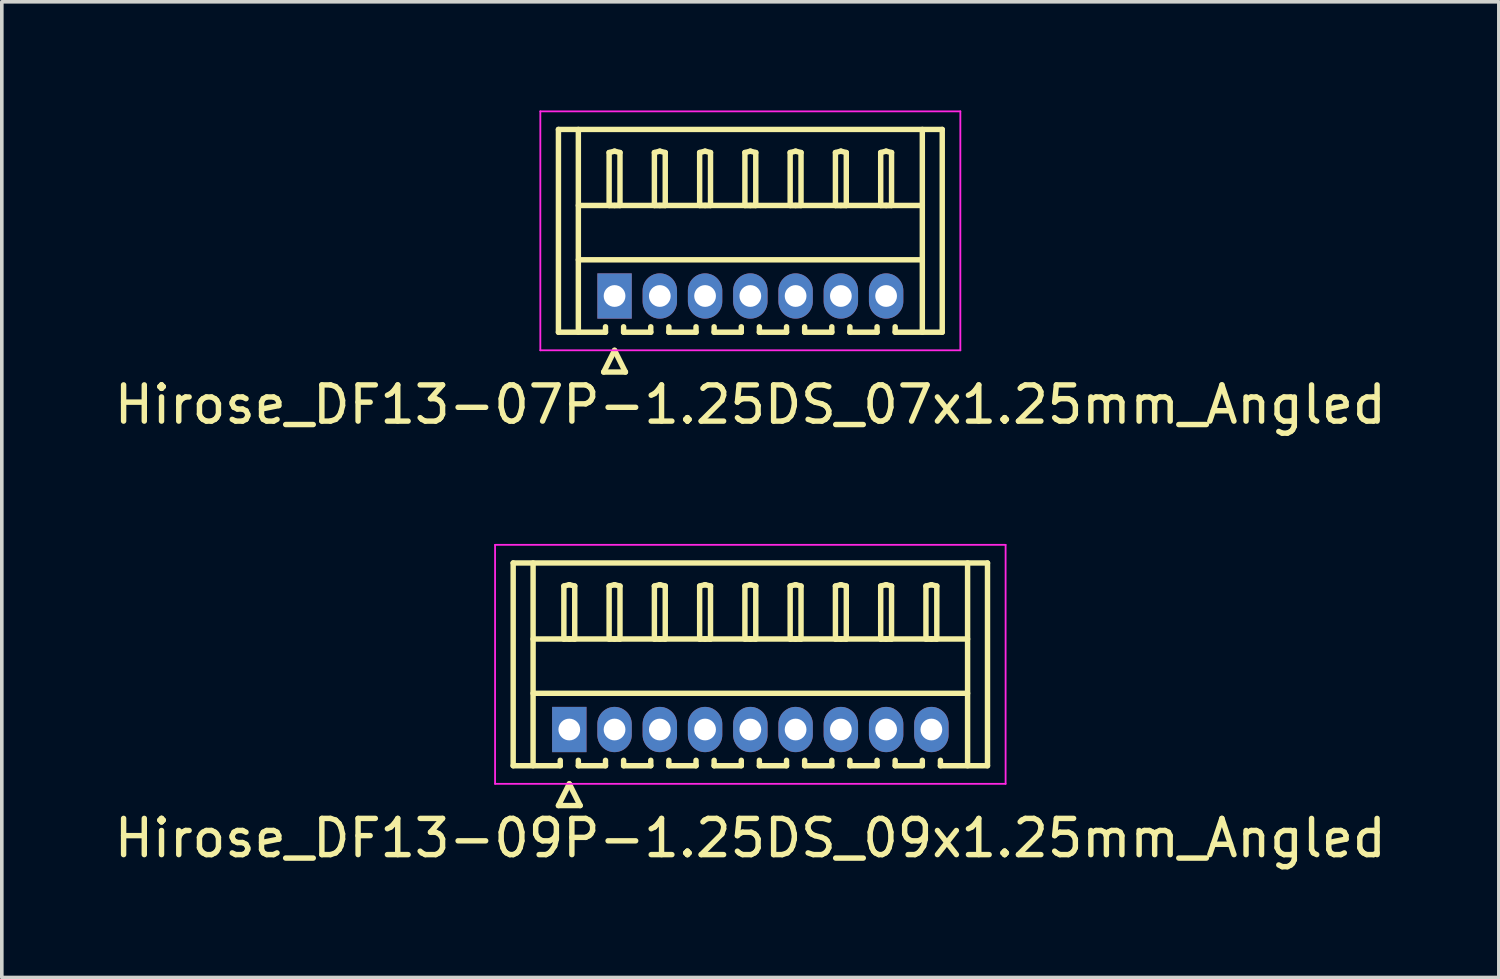
<source format=kicad_pcb>
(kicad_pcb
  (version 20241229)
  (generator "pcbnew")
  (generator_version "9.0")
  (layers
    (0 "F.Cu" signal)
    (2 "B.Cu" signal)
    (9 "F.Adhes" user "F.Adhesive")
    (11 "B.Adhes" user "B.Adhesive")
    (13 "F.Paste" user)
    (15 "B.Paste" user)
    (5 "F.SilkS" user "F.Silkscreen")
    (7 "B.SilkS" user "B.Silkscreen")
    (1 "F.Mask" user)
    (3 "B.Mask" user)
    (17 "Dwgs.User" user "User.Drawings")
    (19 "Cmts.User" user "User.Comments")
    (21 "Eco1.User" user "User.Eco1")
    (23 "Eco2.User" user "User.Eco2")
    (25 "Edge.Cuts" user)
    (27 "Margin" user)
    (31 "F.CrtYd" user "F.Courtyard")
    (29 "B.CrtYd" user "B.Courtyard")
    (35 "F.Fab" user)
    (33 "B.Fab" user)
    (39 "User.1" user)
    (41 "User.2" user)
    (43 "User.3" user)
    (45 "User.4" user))
  (footprint "Hirose_DF13-07P-1.25DS_07x1.25mm_Angled"
    (layer "F.Cu")
    (at 13.923 5.125)
    (property "Reference" "Hirose_DF13-07P-1.25DS_07x1.25mm_Angled" (at 3.75 3 0) (layer "F.SilkS") (effects (font (size 1 1) (thickness 0.15))))
    (attr through_hole)
    (fp_line (start -1.55 -4.6) (end 9.05 -4.6) (stroke (width 0.15) (type solid)) (layer "F.SilkS"))
    (fp_line (start -1.55 1) (end -1.55 -4.6) (stroke (width 0.15) (type solid)) (layer "F.SilkS"))
    (fp_line (start -1 -4.6) (end -1 1) (stroke (width 0.15) (type solid)) (layer "F.SilkS"))
    (fp_line (start -1 -2.5) (end 8.5 -2.5) (stroke (width 0.15) (type solid)) (layer "F.SilkS"))
    (fp_line (start -1 -1) (end 8.5 -1) (stroke (width 0.15) (type solid)) (layer "F.SilkS"))
    (fp_line (start -0.3 2.1) (end 0.3 2.1) (stroke (width 0.15) (type solid)) (layer "F.SilkS"))
    (fp_line (start -0.25 0.85) (end -0.25 1) (stroke (width 0.15) (type solid)) (layer "F.SilkS"))
    (fp_line (start -0.25 1) (end -1.55 1) (stroke (width 0.15) (type solid)) (layer "F.SilkS"))
    (fp_line (start -0.15 -3.962) (end 0 -4) (stroke (width 0.15) (type solid)) (layer "F.SilkS"))
    (fp_line (start -0.15 -2.5) (end -0.15 -3.962) (stroke (width 0.15) (type solid)) (layer "F.SilkS"))
    (fp_line (start 0 -4) (end 0.15 -3.962) (stroke (width 0.15) (type solid)) (layer "F.SilkS"))
    (fp_line (start 0 -2.5) (end -0.15 -2.5) (stroke (width 0.15) (type solid)) (layer "F.SilkS"))
    (fp_line (start 0 1.5) (end -0.3 2.1) (stroke (width 0.15) (type solid)) (layer "F.SilkS"))
    (fp_line (start 0.15 -3.962) (end 0.15 -2.5) (stroke (width 0.15) (type solid)) (layer "F.SilkS"))
    (fp_line (start 0.15 -2.5) (end 0 -2.5) (stroke (width 0.15) (type solid)) (layer "F.SilkS"))
    (fp_line (start 0.25 0.85) (end 0.25 1) (stroke (width 0.15) (type solid)) (layer "F.SilkS"))
    (fp_line (start 0.25 1) (end 1 1) (stroke (width 0.15) (type solid)) (layer "F.SilkS"))
    (fp_line (start 0.3 2.1) (end 0 1.5) (stroke (width 0.15) (type solid)) (layer "F.SilkS"))
    (fp_line (start 1 1) (end 1 0.85) (stroke (width 0.15) (type solid)) (layer "F.SilkS"))
    (fp_line (start 1.1 -3.962) (end 1.25 -4) (stroke (width 0.15) (type solid)) (layer "F.SilkS"))
    (fp_line (start 1.1 -2.5) (end 1.1 -3.962) (stroke (width 0.15) (type solid)) (layer "F.SilkS"))
    (fp_line (start 1.25 -4) (end 1.4 -3.962) (stroke (width 0.15) (type solid)) (layer "F.SilkS"))
    (fp_line (start 1.25 -2.5) (end 1.1 -2.5) (stroke (width 0.15) (type solid)) (layer "F.SilkS"))
    (fp_line (start 1.4 -3.962) (end 1.4 -2.5) (stroke (width 0.15) (type solid)) (layer "F.SilkS"))
    (fp_line (start 1.4 -2.5) (end 1.25 -2.5) (stroke (width 0.15) (type solid)) (layer "F.SilkS"))
    (fp_line (start 1.5 0.85) (end 1.5 1) (stroke (width 0.15) (type solid)) (layer "F.SilkS"))
    (fp_line (start 1.5 1) (end 2.25 1) (stroke (width 0.15) (type solid)) (layer "F.SilkS"))
    (fp_line (start 2.25 1) (end 2.25 0.85) (stroke (width 0.15) (type solid)) (layer "F.SilkS"))
    (fp_line (start 2.35 -3.962) (end 2.5 -4) (stroke (width 0.15) (type solid)) (layer "F.SilkS"))
    (fp_line (start 2.35 -2.5) (end 2.35 -3.962) (stroke (width 0.15) (type solid)) (layer "F.SilkS"))
    (fp_line (start 2.5 -4) (end 2.65 -3.962) (stroke (width 0.15) (type solid)) (layer "F.SilkS"))
    (fp_line (start 2.5 -2.5) (end 2.35 -2.5) (stroke (width 0.15) (type solid)) (layer "F.SilkS"))
    (fp_line (start 2.65 -3.962) (end 2.65 -2.5) (stroke (width 0.15) (type solid)) (layer "F.SilkS"))
    (fp_line (start 2.65 -2.5) (end 2.5 -2.5) (stroke (width 0.15) (type solid)) (layer "F.SilkS"))
    (fp_line (start 2.75 0.85) (end 2.75 1) (stroke (width 0.15) (type solid)) (layer "F.SilkS"))
    (fp_line (start 2.75 1) (end 3.5 1) (stroke (width 0.15) (type solid)) (layer "F.SilkS"))
    (fp_line (start 3.5 1) (end 3.5 0.85) (stroke (width 0.15) (type solid)) (layer "F.SilkS"))
    (fp_line (start 3.6 -3.962) (end 3.75 -4) (stroke (width 0.15) (type solid)) (layer "F.SilkS"))
    (fp_line (start 3.6 -2.5) (end 3.6 -3.962) (stroke (width 0.15) (type solid)) (layer "F.SilkS"))
    (fp_line (start 3.75 -4) (end 3.9 -3.962) (stroke (width 0.15) (type solid)) (layer "F.SilkS"))
    (fp_line (start 3.75 -2.5) (end 3.6 -2.5) (stroke (width 0.15) (type solid)) (layer "F.SilkS"))
    (fp_line (start 3.9 -3.962) (end 3.9 -2.5) (stroke (width 0.15) (type solid)) (layer "F.SilkS"))
    (fp_line (start 3.9 -2.5) (end 3.75 -2.5) (stroke (width 0.15) (type solid)) (layer "F.SilkS"))
    (fp_line (start 4 0.85) (end 4 1) (stroke (width 0.15) (type solid)) (layer "F.SilkS"))
    (fp_line (start 4 1) (end 4.75 1) (stroke (width 0.15) (type solid)) (layer "F.SilkS"))
    (fp_line (start 4.75 1) (end 4.75 0.85) (stroke (width 0.15) (type solid)) (layer "F.SilkS"))
    (fp_line (start 4.85 -3.962) (end 5 -4) (stroke (width 0.15) (type solid)) (layer "F.SilkS"))
    (fp_line (start 4.85 -2.5) (end 4.85 -3.962) (stroke (width 0.15) (type solid)) (layer "F.SilkS"))
    (fp_line (start 5 -4) (end 5.15 -3.962) (stroke (width 0.15) (type solid)) (layer "F.SilkS"))
    (fp_line (start 5 -2.5) (end 4.85 -2.5) (stroke (width 0.15) (type solid)) (layer "F.SilkS"))
    (fp_line (start 5.15 -3.962) (end 5.15 -2.5) (stroke (width 0.15) (type solid)) (layer "F.SilkS"))
    (fp_line (start 5.15 -2.5) (end 5 -2.5) (stroke (width 0.15) (type solid)) (layer "F.SilkS"))
    (fp_line (start 5.25 0.85) (end 5.25 1) (stroke (width 0.15) (type solid)) (layer "F.SilkS"))
    (fp_line (start 5.25 1) (end 6 1) (stroke (width 0.15) (type solid)) (layer "F.SilkS"))
    (fp_line (start 6 1) (end 6 0.85) (stroke (width 0.15) (type solid)) (layer "F.SilkS"))
    (fp_line (start 6.1 -3.962) (end 6.25 -4) (stroke (width 0.15) (type solid)) (layer "F.SilkS"))
    (fp_line (start 6.1 -2.5) (end 6.1 -3.962) (stroke (width 0.15) (type solid)) (layer "F.SilkS"))
    (fp_line (start 6.25 -4) (end 6.4 -3.962) (stroke (width 0.15) (type solid)) (layer "F.SilkS"))
    (fp_line (start 6.25 -2.5) (end 6.1 -2.5) (stroke (width 0.15) (type solid)) (layer "F.SilkS"))
    (fp_line (start 6.4 -3.962) (end 6.4 -2.5) (stroke (width 0.15) (type solid)) (layer "F.SilkS"))
    (fp_line (start 6.4 -2.5) (end 6.25 -2.5) (stroke (width 0.15) (type solid)) (layer "F.SilkS"))
    (fp_line (start 6.5 0.85) (end 6.5 1) (stroke (width 0.15) (type solid)) (layer "F.SilkS"))
    (fp_line (start 6.5 1) (end 7.25 1) (stroke (width 0.15) (type solid)) (layer "F.SilkS"))
    (fp_line (start 7.25 1) (end 7.25 0.85) (stroke (width 0.15) (type solid)) (layer "F.SilkS"))
    (fp_line (start 7.35 -3.962) (end 7.5 -4) (stroke (width 0.15) (type solid)) (layer "F.SilkS"))
    (fp_line (start 7.35 -2.5) (end 7.35 -3.962) (stroke (width 0.15) (type solid)) (layer "F.SilkS"))
    (fp_line (start 7.5 -4) (end 7.65 -3.962) (stroke (width 0.15) (type solid)) (layer "F.SilkS"))
    (fp_line (start 7.5 -2.5) (end 7.35 -2.5) (stroke (width 0.15) (type solid)) (layer "F.SilkS"))
    (fp_line (start 7.65 -3.962) (end 7.65 -2.5) (stroke (width 0.15) (type solid)) (layer "F.SilkS"))
    (fp_line (start 7.65 -2.5) (end 7.5 -2.5) (stroke (width 0.15) (type solid)) (layer "F.SilkS"))
    (fp_line (start 7.75 1) (end 7.75 0.85) (stroke (width 0.15) (type solid)) (layer "F.SilkS"))
    (fp_line (start 8.5 -4.6) (end 8.5 1) (stroke (width 0.15) (type solid)) (layer "F.SilkS"))
    (fp_line (start 9.05 -4.6) (end 9.05 1) (stroke (width 0.15) (type solid)) (layer "F.SilkS"))
    (fp_line (start 9.05 1) (end 7.75 1) (stroke (width 0.15) (type solid)) (layer "F.SilkS"))
    (fp_line (start -2.05 -5.1) (end -2.05 1.5) (stroke (width 0.05) (type solid)) (layer "F.CrtYd"))
    (fp_line (start -2.05 1.5) (end 9.55 1.5) (stroke (width 0.05) (type solid)) (layer "F.CrtYd"))
    (fp_line (start 9.55 -5.1) (end -2.05 -5.1) (stroke (width 0.05) (type solid)) (layer "F.CrtYd"))
    (fp_line (start 9.55 1.5) (end 9.55 -5.1) (stroke (width 0.05) (type solid)) (layer "F.CrtYd"))
    (pad "1" thru_hole rect (at 0 0) (size 0.95 1.25) (drill 0.6) (layers "*.Cu" "*.Mask"))
    (pad "2" thru_hole oval (at 1.25 0) (size 0.95 1.25) (drill 0.6) (layers "*.Cu" "*.Mask"))
    (pad "3" thru_hole oval (at 2.5 0) (size 0.95 1.25) (drill 0.6) (layers "*.Cu" "*.Mask"))
    (pad "4" thru_hole oval (at 3.75 0) (size 0.95 1.25) (drill 0.6) (layers "*.Cu" "*.Mask"))
    (pad "5" thru_hole oval (at 5 0) (size 0.95 1.25) (drill 0.6) (layers "*.Cu" "*.Mask"))
    (pad "6" thru_hole oval (at 6.25 0) (size 0.95 1.25) (drill 0.6) (layers "*.Cu" "*.Mask"))
    (pad "7" thru_hole oval (at 7.5 0) (size 0.95 1.25) (drill 0.6) (layers "*.Cu" "*.Mask")))
  (footprint "Hirose_DF13-09P-1.25DS_09x1.25mm_Angled"
    (layer "F.Cu")
    (at 12.673 17.098)
    (property "Reference" "Hirose_DF13-09P-1.25DS_09x1.25mm_Angled" (at 5 3 0) (layer "F.SilkS") (effects (font (size 1 1) (thickness 0.15))))
    (attr through_hole)
    (fp_line (start -1.55 -4.6) (end 11.55 -4.6) (stroke (width 0.15) (type solid)) (layer "F.SilkS"))
    (fp_line (start -1.55 1) (end -1.55 -4.6) (stroke (width 0.15) (type solid)) (layer "F.SilkS"))
    (fp_line (start -1 -4.6) (end -1 1) (stroke (width 0.15) (type solid)) (layer "F.SilkS"))
    (fp_line (start -1 -2.5) (end 11 -2.5) (stroke (width 0.15) (type solid)) (layer "F.SilkS"))
    (fp_line (start -1 -1) (end 11 -1) (stroke (width 0.15) (type solid)) (layer "F.SilkS"))
    (fp_line (start -0.3 2.1) (end 0.3 2.1) (stroke (width 0.15) (type solid)) (layer "F.SilkS"))
    (fp_line (start -0.25 0.85) (end -0.25 1) (stroke (width 0.15) (type solid)) (layer "F.SilkS"))
    (fp_line (start -0.25 1) (end -1.55 1) (stroke (width 0.15) (type solid)) (layer "F.SilkS"))
    (fp_line (start -0.15 -3.962) (end 0 -4) (stroke (width 0.15) (type solid)) (layer "F.SilkS"))
    (fp_line (start -0.15 -2.5) (end -0.15 -3.962) (stroke (width 0.15) (type solid)) (layer "F.SilkS"))
    (fp_line (start 0 -4) (end 0.15 -3.962) (stroke (width 0.15) (type solid)) (layer "F.SilkS"))
    (fp_line (start 0 -2.5) (end -0.15 -2.5) (stroke (width 0.15) (type solid)) (layer "F.SilkS"))
    (fp_line (start 0 1.5) (end -0.3 2.1) (stroke (width 0.15) (type solid)) (layer "F.SilkS"))
    (fp_line (start 0.15 -3.962) (end 0.15 -2.5) (stroke (width 0.15) (type solid)) (layer "F.SilkS"))
    (fp_line (start 0.15 -2.5) (end 0 -2.5) (stroke (width 0.15) (type solid)) (layer "F.SilkS"))
    (fp_line (start 0.25 0.85) (end 0.25 1) (stroke (width 0.15) (type solid)) (layer "F.SilkS"))
    (fp_line (start 0.25 1) (end 1 1) (stroke (width 0.15) (type solid)) (layer "F.SilkS"))
    (fp_line (start 0.3 2.1) (end 0 1.5) (stroke (width 0.15) (type solid)) (layer "F.SilkS"))
    (fp_line (start 1 1) (end 1 0.85) (stroke (width 0.15) (type solid)) (layer "F.SilkS"))
    (fp_line (start 1.1 -3.962) (end 1.25 -4) (stroke (width 0.15) (type solid)) (layer "F.SilkS"))
    (fp_line (start 1.1 -2.5) (end 1.1 -3.962) (stroke (width 0.15) (type solid)) (layer "F.SilkS"))
    (fp_line (start 1.25 -4) (end 1.4 -3.962) (stroke (width 0.15) (type solid)) (layer "F.SilkS"))
    (fp_line (start 1.25 -2.5) (end 1.1 -2.5) (stroke (width 0.15) (type solid)) (layer "F.SilkS"))
    (fp_line (start 1.4 -3.962) (end 1.4 -2.5) (stroke (width 0.15) (type solid)) (layer "F.SilkS"))
    (fp_line (start 1.4 -2.5) (end 1.25 -2.5) (stroke (width 0.15) (type solid)) (layer "F.SilkS"))
    (fp_line (start 1.5 0.85) (end 1.5 1) (stroke (width 0.15) (type solid)) (layer "F.SilkS"))
    (fp_line (start 1.5 1) (end 2.25 1) (stroke (width 0.15) (type solid)) (layer "F.SilkS"))
    (fp_line (start 2.25 1) (end 2.25 0.85) (stroke (width 0.15) (type solid)) (layer "F.SilkS"))
    (fp_line (start 2.35 -3.962) (end 2.5 -4) (stroke (width 0.15) (type solid)) (layer "F.SilkS"))
    (fp_line (start 2.35 -2.5) (end 2.35 -3.962) (stroke (width 0.15) (type solid)) (layer "F.SilkS"))
    (fp_line (start 2.5 -4) (end 2.65 -3.962) (stroke (width 0.15) (type solid)) (layer "F.SilkS"))
    (fp_line (start 2.5 -2.5) (end 2.35 -2.5) (stroke (width 0.15) (type solid)) (layer "F.SilkS"))
    (fp_line (start 2.65 -3.962) (end 2.65 -2.5) (stroke (width 0.15) (type solid)) (layer "F.SilkS"))
    (fp_line (start 2.65 -2.5) (end 2.5 -2.5) (stroke (width 0.15) (type solid)) (layer "F.SilkS"))
    (fp_line (start 2.75 0.85) (end 2.75 1) (stroke (width 0.15) (type solid)) (layer "F.SilkS"))
    (fp_line (start 2.75 1) (end 3.5 1) (stroke (width 0.15) (type solid)) (layer "F.SilkS"))
    (fp_line (start 3.5 1) (end 3.5 0.85) (stroke (width 0.15) (type solid)) (layer "F.SilkS"))
    (fp_line (start 3.6 -3.962) (end 3.75 -4) (stroke (width 0.15) (type solid)) (layer "F.SilkS"))
    (fp_line (start 3.6 -2.5) (end 3.6 -3.962) (stroke (width 0.15) (type solid)) (layer "F.SilkS"))
    (fp_line (start 3.75 -4) (end 3.9 -3.962) (stroke (width 0.15) (type solid)) (layer "F.SilkS"))
    (fp_line (start 3.75 -2.5) (end 3.6 -2.5) (stroke (width 0.15) (type solid)) (layer "F.SilkS"))
    (fp_line (start 3.9 -3.962) (end 3.9 -2.5) (stroke (width 0.15) (type solid)) (layer "F.SilkS"))
    (fp_line (start 3.9 -2.5) (end 3.75 -2.5) (stroke (width 0.15) (type solid)) (layer "F.SilkS"))
    (fp_line (start 4 0.85) (end 4 1) (stroke (width 0.15) (type solid)) (layer "F.SilkS"))
    (fp_line (start 4 1) (end 4.75 1) (stroke (width 0.15) (type solid)) (layer "F.SilkS"))
    (fp_line (start 4.75 1) (end 4.75 0.85) (stroke (width 0.15) (type solid)) (layer "F.SilkS"))
    (fp_line (start 4.85 -3.962) (end 5 -4) (stroke (width 0.15) (type solid)) (layer "F.SilkS"))
    (fp_line (start 4.85 -2.5) (end 4.85 -3.962) (stroke (width 0.15) (type solid)) (layer "F.SilkS"))
    (fp_line (start 5 -4) (end 5.15 -3.962) (stroke (width 0.15) (type solid)) (layer "F.SilkS"))
    (fp_line (start 5 -2.5) (end 4.85 -2.5) (stroke (width 0.15) (type solid)) (layer "F.SilkS"))
    (fp_line (start 5.15 -3.962) (end 5.15 -2.5) (stroke (width 0.15) (type solid)) (layer "F.SilkS"))
    (fp_line (start 5.15 -2.5) (end 5 -2.5) (stroke (width 0.15) (type solid)) (layer "F.SilkS"))
    (fp_line (start 5.25 0.85) (end 5.25 1) (stroke (width 0.15) (type solid)) (layer "F.SilkS"))
    (fp_line (start 5.25 1) (end 6 1) (stroke (width 0.15) (type solid)) (layer "F.SilkS"))
    (fp_line (start 6 1) (end 6 0.85) (stroke (width 0.15) (type solid)) (layer "F.SilkS"))
    (fp_line (start 6.1 -3.962) (end 6.25 -4) (stroke (width 0.15) (type solid)) (layer "F.SilkS"))
    (fp_line (start 6.1 -2.5) (end 6.1 -3.962) (stroke (width 0.15) (type solid)) (layer "F.SilkS"))
    (fp_line (start 6.25 -4) (end 6.4 -3.962) (stroke (width 0.15) (type solid)) (layer "F.SilkS"))
    (fp_line (start 6.25 -2.5) (end 6.1 -2.5) (stroke (width 0.15) (type solid)) (layer "F.SilkS"))
    (fp_line (start 6.4 -3.962) (end 6.4 -2.5) (stroke (width 0.15) (type solid)) (layer "F.SilkS"))
    (fp_line (start 6.4 -2.5) (end 6.25 -2.5) (stroke (width 0.15) (type solid)) (layer "F.SilkS"))
    (fp_line (start 6.5 0.85) (end 6.5 1) (stroke (width 0.15) (type solid)) (layer "F.SilkS"))
    (fp_line (start 6.5 1) (end 7.25 1) (stroke (width 0.15) (type solid)) (layer "F.SilkS"))
    (fp_line (start 7.25 1) (end 7.25 0.85) (stroke (width 0.15) (type solid)) (layer "F.SilkS"))
    (fp_line (start 7.35 -3.962) (end 7.5 -4) (stroke (width 0.15) (type solid)) (layer "F.SilkS"))
    (fp_line (start 7.35 -2.5) (end 7.35 -3.962) (stroke (width 0.15) (type solid)) (layer "F.SilkS"))
    (fp_line (start 7.5 -4) (end 7.65 -3.962) (stroke (width 0.15) (type solid)) (layer "F.SilkS"))
    (fp_line (start 7.5 -2.5) (end 7.35 -2.5) (stroke (width 0.15) (type solid)) (layer "F.SilkS"))
    (fp_line (start 7.65 -3.962) (end 7.65 -2.5) (stroke (width 0.15) (type solid)) (layer "F.SilkS"))
    (fp_line (start 7.65 -2.5) (end 7.5 -2.5) (stroke (width 0.15) (type solid)) (layer "F.SilkS"))
    (fp_line (start 7.75 0.85) (end 7.75 1) (stroke (width 0.15) (type solid)) (layer "F.SilkS"))
    (fp_line (start 7.75 1) (end 8.5 1) (stroke (width 0.15) (type solid)) (layer "F.SilkS"))
    (fp_line (start 8.5 1) (end 8.5 0.85) (stroke (width 0.15) (type solid)) (layer "F.SilkS"))
    (fp_line (start 8.6 -3.962) (end 8.75 -4) (stroke (width 0.15) (type solid)) (layer "F.SilkS"))
    (fp_line (start 8.6 -2.5) (end 8.6 -3.962) (stroke (width 0.15) (type solid)) (layer "F.SilkS"))
    (fp_line (start 8.75 -4) (end 8.9 -3.962) (stroke (width 0.15) (type solid)) (layer "F.SilkS"))
    (fp_line (start 8.75 -2.5) (end 8.6 -2.5) (stroke (width 0.15) (type solid)) (layer "F.SilkS"))
    (fp_line (start 8.9 -3.962) (end 8.9 -2.5) (stroke (width 0.15) (type solid)) (layer "F.SilkS"))
    (fp_line (start 8.9 -2.5) (end 8.75 -2.5) (stroke (width 0.15) (type solid)) (layer "F.SilkS"))
    (fp_line (start 9 0.85) (end 9 1) (stroke (width 0.15) (type solid)) (layer "F.SilkS"))
    (fp_line (start 9 1) (end 9.75 1) (stroke (width 0.15) (type solid)) (layer "F.SilkS"))
    (fp_line (start 9.75 1) (end 9.75 0.85) (stroke (width 0.15) (type solid)) (layer "F.SilkS"))
    (fp_line (start 9.85 -3.962) (end 10 -4) (stroke (width 0.15) (type solid)) (layer "F.SilkS"))
    (fp_line (start 9.85 -2.5) (end 9.85 -3.962) (stroke (width 0.15) (type solid)) (layer "F.SilkS"))
    (fp_line (start 10 -4) (end 10.15 -3.962) (stroke (width 0.15) (type solid)) (layer "F.SilkS"))
    (fp_line (start 10 -2.5) (end 9.85 -2.5) (stroke (width 0.15) (type solid)) (layer "F.SilkS"))
    (fp_line (start 10.15 -3.962) (end 10.15 -2.5) (stroke (width 0.15) (type solid)) (layer "F.SilkS"))
    (fp_line (start 10.15 -2.5) (end 10 -2.5) (stroke (width 0.15) (type solid)) (layer "F.SilkS"))
    (fp_line (start 10.25 1) (end 10.25 0.85) (stroke (width 0.15) (type solid)) (layer "F.SilkS"))
    (fp_line (start 11 -4.6) (end 11 1) (stroke (width 0.15) (type solid)) (layer "F.SilkS"))
    (fp_line (start 11.55 -4.6) (end 11.55 1) (stroke (width 0.15) (type solid)) (layer "F.SilkS"))
    (fp_line (start 11.55 1) (end 10.25 1) (stroke (width 0.15) (type solid)) (layer "F.SilkS"))
    (fp_line (start -2.05 -5.1) (end -2.05 1.5) (stroke (width 0.05) (type solid)) (layer "F.CrtYd"))
    (fp_line (start -2.05 1.5) (end 12.05 1.5) (stroke (width 0.05) (type solid)) (layer "F.CrtYd"))
    (fp_line (start 12.05 -5.1) (end -2.05 -5.1) (stroke (width 0.05) (type solid)) (layer "F.CrtYd"))
    (fp_line (start 12.05 1.5) (end 12.05 -5.1) (stroke (width 0.05) (type solid)) (layer "F.CrtYd"))
    (pad "1" thru_hole rect (at 0 0) (size 0.95 1.25) (drill 0.6) (layers "*.Cu" "*.Mask"))
    (pad "2" thru_hole oval (at 1.25 0) (size 0.95 1.25) (drill 0.6) (layers "*.Cu" "*.Mask"))
    (pad "3" thru_hole oval (at 2.5 0) (size 0.95 1.25) (drill 0.6) (layers "*.Cu" "*.Mask"))
    (pad "4" thru_hole oval (at 3.75 0) (size 0.95 1.25) (drill 0.6) (layers "*.Cu" "*.Mask"))
    (pad "5" thru_hole oval (at 5 0) (size 0.95 1.25) (drill 0.6) (layers "*.Cu" "*.Mask"))
    (pad "6" thru_hole oval (at 6.25 0) (size 0.95 1.25) (drill 0.6) (layers "*.Cu" "*.Mask"))
    (pad "7" thru_hole oval (at 7.5 0) (size 0.95 1.25) (drill 0.6) (layers "*.Cu" "*.Mask"))
    (pad "8" thru_hole oval (at 8.75 0) (size 0.95 1.25) (drill 0.6) (layers "*.Cu" "*.Mask"))
    (pad "9" thru_hole oval (at 10 0) (size 0.95 1.25) (drill 0.6) (layers "*.Cu" "*.Mask")))
  (gr_rect
    (start -3 -3)
    (end 38.345 23.947)
    (stroke (width 0.1) (type default))
    (fill no)
    (layer "Edge.Cuts")))
</source>
